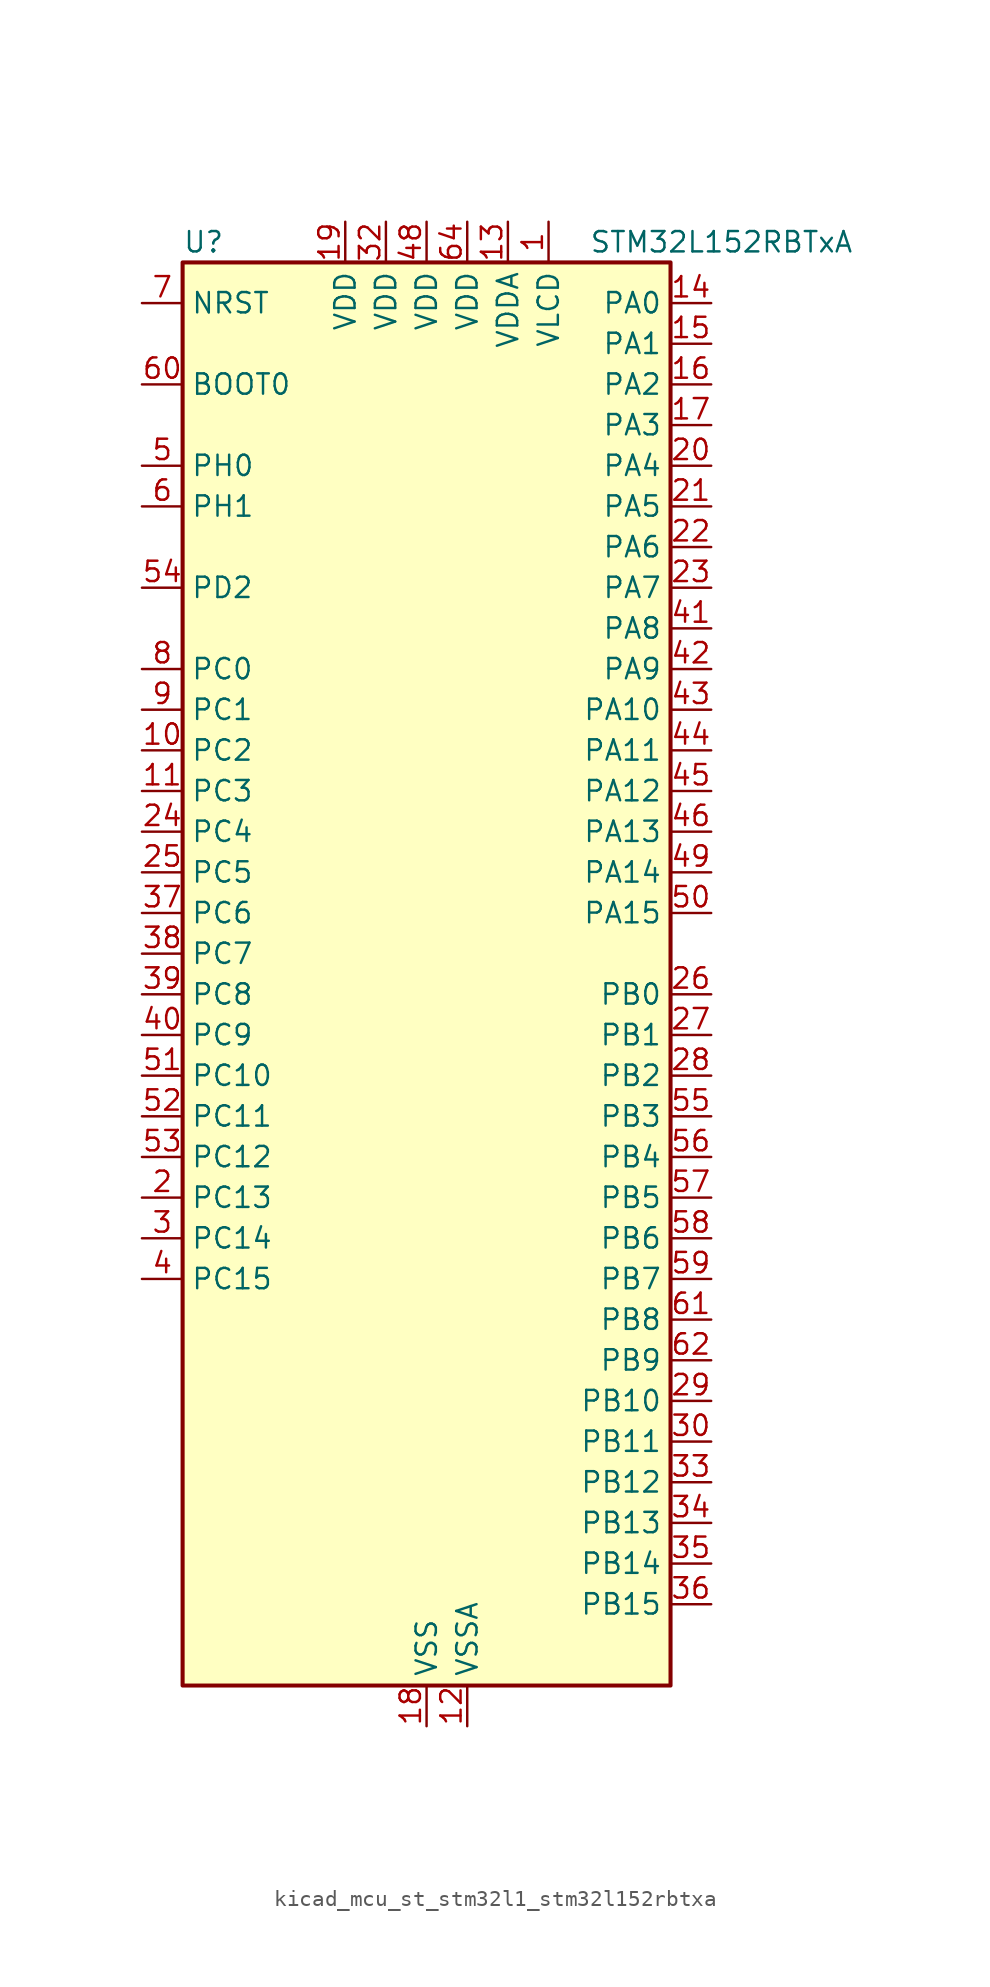
<source format=kicad_sym>
(kicad_symbol_lib
  (version 20220914)
  (generator kicad_symbol_editor)
  (symbol "kicad_mcu_st_stm32l1_stm32l152rbtxa"
    (property "Reference" "U"
      (at -15.24 46.99 0)
      (effects (font (size 1.27 1.27)) (justify left)))
    (property "Value" "STM32L152RBTxA"
      (at 10.16 46.99 0)
      (effects (font (size 1.27 1.27)) (justify left)))
    (property "ki_locked" ""
      (at 0 0 0)
      (effects (font (size 1.27 1.27))))
    (symbol "kicad_mcu_st_stm32l1_stm32l152rbtxa_0_1"
      (rectangle (start -15.24 -43.18) (end 15.24 45.72) (stroke (width 0.254) (type default)) (fill (type background))))
    (symbol "kicad_mcu_st_stm32l1_stm32l152rbtxa_1_1"
      (pin power_in line (at 7.62 48.26 270) (length 2.54) (name "VLCD" (effects (font (size 1.27 1.27)))) (number "1" (effects (font (size 1.27 1.27)))))
      (pin bidirectional line (at -17.78 15.24 0) (length 2.54) (name "PC2" (effects (font (size 1.27 1.27)))) (number "10" (effects (font (size 1.27 1.27)))) (alternate "ADC_IN12" bidirectional line) (alternate "COMP1_INP" bidirectional line) (alternate "LCD_SEG20" bidirectional line) (alternate "TIMX_IC3" bidirectional line) (alternate "TS_G8_IO3" bidirectional line))
      (pin bidirectional line (at -17.78 12.7 0) (length 2.54) (name "PC3" (effects (font (size 1.27 1.27)))) (number "11" (effects (font (size 1.27 1.27)))) (alternate "ADC_IN13" bidirectional line) (alternate "COMP1_INP" bidirectional line) (alternate "LCD_SEG21" bidirectional line) (alternate "TIMX_IC4" bidirectional line) (alternate "TS_G8_IO4" bidirectional line))
      (pin power_in line (at 2.54 -45.72 90) (length 2.54) (name "VSSA" (effects (font (size 1.27 1.27)))) (number "12" (effects (font (size 1.27 1.27)))))
      (pin power_in line (at 5.08 48.26 270) (length 2.54) (name "VDDA" (effects (font (size 1.27 1.27)))) (number "13" (effects (font (size 1.27 1.27)))))
      (pin bidirectional line (at 17.78 43.18 180) (length 2.54) (name "PA0" (effects (font (size 1.27 1.27)))) (number "14" (effects (font (size 1.27 1.27)))) (alternate "ADC_IN0" bidirectional line) (alternate "COMP1_INP" bidirectional line) (alternate "RTC_TAMP2" bidirectional line) (alternate "SYS_WKUP1" bidirectional line) (alternate "TIM2_CH1" bidirectional line) (alternate "TIM2_ETR" bidirectional line) (alternate "TIMX_IC1" bidirectional line) (alternate "TS_G1_IO1" bidirectional line) (alternate "USART2_CTS" bidirectional line))
      (pin bidirectional line (at 17.78 40.64 180) (length 2.54) (name "PA1" (effects (font (size 1.27 1.27)))) (number "15" (effects (font (size 1.27 1.27)))) (alternate "ADC_IN1" bidirectional line) (alternate "COMP1_INP" bidirectional line) (alternate "LCD_SEG0" bidirectional line) (alternate "TIM2_CH2" bidirectional line) (alternate "TIMX_IC2" bidirectional line) (alternate "TS_G1_IO2" bidirectional line) (alternate "USART2_RTS" bidirectional line))
      (pin bidirectional line (at 17.78 38.1 180) (length 2.54) (name "PA2" (effects (font (size 1.27 1.27)))) (number "16" (effects (font (size 1.27 1.27)))) (alternate "ADC_IN2" bidirectional line) (alternate "COMP1_INP" bidirectional line) (alternate "LCD_SEG1" bidirectional line) (alternate "TIM2_CH3" bidirectional line) (alternate "TIM9_CH1" bidirectional line) (alternate "TIMX_IC3" bidirectional line) (alternate "TS_G1_IO3" bidirectional line) (alternate "USART2_TX" bidirectional line))
      (pin bidirectional line (at 17.78 35.56 180) (length 2.54) (name "PA3" (effects (font (size 1.27 1.27)))) (number "17" (effects (font (size 1.27 1.27)))) (alternate "ADC_IN3" bidirectional line) (alternate "COMP1_INP" bidirectional line) (alternate "LCD_SEG2" bidirectional line) (alternate "TIM2_CH4" bidirectional line) (alternate "TIM9_CH2" bidirectional line) (alternate "TIMX_IC4" bidirectional line) (alternate "TS_G1_IO4" bidirectional line) (alternate "USART2_RX" bidirectional line))
      (pin power_in line (at 0 -45.72 90) (length 2.54) (name "VSS" (effects (font (size 1.27 1.27)))) (number "18" (effects (font (size 1.27 1.27)))))
      (pin power_in line (at -5.08 48.26 270) (length 2.54) (name "VDD" (effects (font (size 1.27 1.27)))) (number "19" (effects (font (size 1.27 1.27)))))
      (pin bidirectional line (at -17.78 -12.7 0) (length 2.54) (name "PC13" (effects (font (size 1.27 1.27)))) (number "2" (effects (font (size 1.27 1.27)))) (alternate "RTC_OUT_ALARM" bidirectional line) (alternate "RTC_OUT_CALIB" bidirectional line) (alternate "RTC_TAMP1" bidirectional line) (alternate "RTC_TS" bidirectional line) (alternate "SYS_WKUP2" bidirectional line) (alternate "TIMX_IC2" bidirectional line))
      (pin bidirectional line (at 17.78 33.02 180) (length 2.54) (name "PA4" (effects (font (size 1.27 1.27)))) (number "20" (effects (font (size 1.27 1.27)))) (alternate "ADC_IN4" bidirectional line) (alternate "COMP1_INP" bidirectional line) (alternate "DAC_OUT1" bidirectional line) (alternate "SPI1_NSS" bidirectional line) (alternate "TIMX_IC1" bidirectional line) (alternate "USART2_CK" bidirectional line))
      (pin bidirectional line (at 17.78 30.48 180) (length 2.54) (name "PA5" (effects (font (size 1.27 1.27)))) (number "21" (effects (font (size 1.27 1.27)))) (alternate "ADC_IN5" bidirectional line) (alternate "COMP1_INP" bidirectional line) (alternate "DAC_OUT2" bidirectional line) (alternate "SPI1_SCK" bidirectional line) (alternate "TIM2_CH1" bidirectional line) (alternate "TIM2_ETR" bidirectional line) (alternate "TIMX_IC2" bidirectional line))
      (pin bidirectional line (at 17.78 27.94 180) (length 2.54) (name "PA6" (effects (font (size 1.27 1.27)))) (number "22" (effects (font (size 1.27 1.27)))) (alternate "ADC_IN6" bidirectional line) (alternate "COMP1_INP" bidirectional line) (alternate "LCD_SEG3" bidirectional line) (alternate "SPI1_MISO" bidirectional line) (alternate "TIM10_CH1" bidirectional line) (alternate "TIM3_CH1" bidirectional line) (alternate "TIMX_IC3" bidirectional line) (alternate "TS_G2_IO1" bidirectional line))
      (pin bidirectional line (at 17.78 25.4 180) (length 2.54) (name "PA7" (effects (font (size 1.27 1.27)))) (number "23" (effects (font (size 1.27 1.27)))) (alternate "ADC_IN7" bidirectional line) (alternate "COMP1_INP" bidirectional line) (alternate "LCD_SEG4" bidirectional line) (alternate "SPI1_MOSI" bidirectional line) (alternate "TIM11_CH1" bidirectional line) (alternate "TIM3_CH2" bidirectional line) (alternate "TIMX_IC4" bidirectional line) (alternate "TS_G2_IO2" bidirectional line))
      (pin bidirectional line (at -17.78 10.16 0) (length 2.54) (name "PC4" (effects (font (size 1.27 1.27)))) (number "24" (effects (font (size 1.27 1.27)))) (alternate "ADC_IN14" bidirectional line) (alternate "COMP1_INP" bidirectional line) (alternate "LCD_SEG22" bidirectional line) (alternate "TIMX_IC1" bidirectional line) (alternate "TS_G9_IO1" bidirectional line))
      (pin bidirectional line (at -17.78 7.62 0) (length 2.54) (name "PC5" (effects (font (size 1.27 1.27)))) (number "25" (effects (font (size 1.27 1.27)))) (alternate "ADC_IN15" bidirectional line) (alternate "COMP1_INP" bidirectional line) (alternate "LCD_SEG23" bidirectional line) (alternate "TIMX_IC2" bidirectional line) (alternate "TS_G9_IO2" bidirectional line))
      (pin bidirectional line (at 17.78 0 180) (length 2.54) (name "PB0" (effects (font (size 1.27 1.27)))) (number "26" (effects (font (size 1.27 1.27)))) (alternate "ADC_IN8" bidirectional line) (alternate "COMP1_INP" bidirectional line) (alternate "LCD_SEG5" bidirectional line) (alternate "SYS_V_REF_OUT" bidirectional line) (alternate "TIM3_CH3" bidirectional line) (alternate "TS_G3_IO1" bidirectional line))
      (pin bidirectional line (at 17.78 -2.54 180) (length 2.54) (name "PB1" (effects (font (size 1.27 1.27)))) (number "27" (effects (font (size 1.27 1.27)))) (alternate "ADC_IN9" bidirectional line) (alternate "COMP1_INP" bidirectional line) (alternate "LCD_SEG6" bidirectional line) (alternate "SYS_V_REF_OUT" bidirectional line) (alternate "TIM3_CH4" bidirectional line) (alternate "TS_G3_IO2" bidirectional line))
      (pin bidirectional line (at 17.78 -5.08 180) (length 2.54) (name "PB2" (effects (font (size 1.27 1.27)))) (number "28" (effects (font (size 1.27 1.27)))) (alternate "TS_G3_IO3" bidirectional line))
      (pin bidirectional line (at 17.78 -25.4 180) (length 2.54) (name "PB10" (effects (font (size 1.27 1.27)))) (number "29" (effects (font (size 1.27 1.27)))) (alternate "I2C2_SCL" bidirectional line) (alternate "LCD_SEG10" bidirectional line) (alternate "TIM2_CH3" bidirectional line) (alternate "USART3_TX" bidirectional line))
      (pin bidirectional line (at -17.78 -15.24 0) (length 2.54) (name "PC14" (effects (font (size 1.27 1.27)))) (number "3" (effects (font (size 1.27 1.27)))) (alternate "RCC_OSC32_IN" bidirectional line) (alternate "TIMX_IC3" bidirectional line))
      (pin bidirectional line (at 17.78 -27.94 180) (length 2.54) (name "PB11" (effects (font (size 1.27 1.27)))) (number "30" (effects (font (size 1.27 1.27)))) (alternate "ADC_EXTI11" bidirectional line) (alternate "I2C2_SDA" bidirectional line) (alternate "LCD_SEG11" bidirectional line) (alternate "TIM2_CH4" bidirectional line) (alternate "USART3_RX" bidirectional line))
      (pin passive line (at 0 -45.72 90) (length 2.54) hide (name "VSS" (effects (font (size 1.27 1.27)))) (number "31" (effects (font (size 1.27 1.27)))))
      (pin power_in line (at -2.54 48.26 270) (length 2.54) (name "VDD" (effects (font (size 1.27 1.27)))) (number "32" (effects (font (size 1.27 1.27)))))
      (pin bidirectional line (at 17.78 -30.48 180) (length 2.54) (name "PB12" (effects (font (size 1.27 1.27)))) (number "33" (effects (font (size 1.27 1.27)))) (alternate "ADC_IN18" bidirectional line) (alternate "COMP1_INP" bidirectional line) (alternate "I2C2_SMBA" bidirectional line) (alternate "LCD_SEG12" bidirectional line) (alternate "SPI2_NSS" bidirectional line) (alternate "TIM10_CH1" bidirectional line) (alternate "TS_G7_IO1" bidirectional line) (alternate "USART3_CK" bidirectional line))
      (pin bidirectional line (at 17.78 -33.02 180) (length 2.54) (name "PB13" (effects (font (size 1.27 1.27)))) (number "34" (effects (font (size 1.27 1.27)))) (alternate "ADC_IN19" bidirectional line) (alternate "COMP1_INP" bidirectional line) (alternate "LCD_SEG13" bidirectional line) (alternate "SPI2_SCK" bidirectional line) (alternate "TIM9_CH1" bidirectional line) (alternate "TS_G7_IO2" bidirectional line) (alternate "USART3_CTS" bidirectional line))
      (pin bidirectional line (at 17.78 -35.56 180) (length 2.54) (name "PB14" (effects (font (size 1.27 1.27)))) (number "35" (effects (font (size 1.27 1.27)))) (alternate "ADC_IN20" bidirectional line) (alternate "COMP1_INP" bidirectional line) (alternate "LCD_SEG14" bidirectional line) (alternate "SPI2_MISO" bidirectional line) (alternate "TIM9_CH2" bidirectional line) (alternate "TS_G7_IO3" bidirectional line) (alternate "USART3_RTS" bidirectional line))
      (pin bidirectional line (at 17.78 -38.1 180) (length 2.54) (name "PB15" (effects (font (size 1.27 1.27)))) (number "36" (effects (font (size 1.27 1.27)))) (alternate "ADC_EXTI15" bidirectional line) (alternate "ADC_IN21" bidirectional line) (alternate "COMP1_INP" bidirectional line) (alternate "LCD_SEG15" bidirectional line) (alternate "RTC_REFIN" bidirectional line) (alternate "SPI2_MOSI" bidirectional line) (alternate "TIM11_CH1" bidirectional line) (alternate "TS_G7_IO4" bidirectional line))
      (pin bidirectional line (at -17.78 5.08 0) (length 2.54) (name "PC6" (effects (font (size 1.27 1.27)))) (number "37" (effects (font (size 1.27 1.27)))) (alternate "LCD_SEG24" bidirectional line) (alternate "TIM3_CH1" bidirectional line) (alternate "TIMX_IC3" bidirectional line) (alternate "TS_G10_IO1" bidirectional line))
      (pin bidirectional line (at -17.78 2.54 0) (length 2.54) (name "PC7" (effects (font (size 1.27 1.27)))) (number "38" (effects (font (size 1.27 1.27)))) (alternate "LCD_SEG25" bidirectional line) (alternate "TIM3_CH2" bidirectional line) (alternate "TIMX_IC4" bidirectional line) (alternate "TS_G10_IO2" bidirectional line))
      (pin bidirectional line (at -17.78 0 0) (length 2.54) (name "PC8" (effects (font (size 1.27 1.27)))) (number "39" (effects (font (size 1.27 1.27)))) (alternate "LCD_SEG26" bidirectional line) (alternate "TIM3_CH3" bidirectional line) (alternate "TIMX_IC1" bidirectional line) (alternate "TS_G10_IO3" bidirectional line))
      (pin bidirectional line (at -17.78 -17.78 0) (length 2.54) (name "PC15" (effects (font (size 1.27 1.27)))) (number "4" (effects (font (size 1.27 1.27)))) (alternate "ADC_EXTI15" bidirectional line) (alternate "RCC_OSC32_OUT" bidirectional line) (alternate "TIMX_IC4" bidirectional line))
      (pin bidirectional line (at -17.78 -2.54 0) (length 2.54) (name "PC9" (effects (font (size 1.27 1.27)))) (number "40" (effects (font (size 1.27 1.27)))) (alternate "DAC_EXTI9" bidirectional line) (alternate "LCD_SEG27" bidirectional line) (alternate "TIM3_CH4" bidirectional line) (alternate "TIMX_IC2" bidirectional line) (alternate "TS_G10_IO4" bidirectional line))
      (pin bidirectional line (at 17.78 22.86 180) (length 2.54) (name "PA8" (effects (font (size 1.27 1.27)))) (number "41" (effects (font (size 1.27 1.27)))) (alternate "LCD_COM0" bidirectional line) (alternate "RCC_MCO" bidirectional line) (alternate "TIMX_IC1" bidirectional line) (alternate "TS_G4_IO1" bidirectional line) (alternate "USART1_CK" bidirectional line))
      (pin bidirectional line (at 17.78 20.32 180) (length 2.54) (name "PA9" (effects (font (size 1.27 1.27)))) (number "42" (effects (font (size 1.27 1.27)))) (alternate "DAC_EXTI9" bidirectional line) (alternate "LCD_COM1" bidirectional line) (alternate "TIMX_IC2" bidirectional line) (alternate "TS_G4_IO2" bidirectional line) (alternate "USART1_TX" bidirectional line))
      (pin bidirectional line (at 17.78 17.78 180) (length 2.54) (name "PA10" (effects (font (size 1.27 1.27)))) (number "43" (effects (font (size 1.27 1.27)))) (alternate "LCD_COM2" bidirectional line) (alternate "TIMX_IC3" bidirectional line) (alternate "TS_G4_IO3" bidirectional line) (alternate "USART1_RX" bidirectional line))
      (pin bidirectional line (at 17.78 15.24 180) (length 2.54) (name "PA11" (effects (font (size 1.27 1.27)))) (number "44" (effects (font (size 1.27 1.27)))) (alternate "ADC_EXTI11" bidirectional line) (alternate "SPI1_MISO" bidirectional line) (alternate "TIMX_IC4" bidirectional line) (alternate "USART1_CTS" bidirectional line) (alternate "USB_DM" bidirectional line))
      (pin bidirectional line (at 17.78 12.7 180) (length 2.54) (name "PA12" (effects (font (size 1.27 1.27)))) (number "45" (effects (font (size 1.27 1.27)))) (alternate "SPI1_MOSI" bidirectional line) (alternate "TIMX_IC1" bidirectional line) (alternate "USART1_RTS" bidirectional line) (alternate "USB_DP" bidirectional line))
      (pin bidirectional line (at 17.78 10.16 180) (length 2.54) (name "PA13" (effects (font (size 1.27 1.27)))) (number "46" (effects (font (size 1.27 1.27)))) (alternate "SYS_JTMS-SWDIO" bidirectional line) (alternate "TIMX_IC2" bidirectional line) (alternate "TS_G5_IO1" bidirectional line))
      (pin passive line (at 0 -45.72 90) (length 2.54) hide (name "VSS" (effects (font (size 1.27 1.27)))) (number "47" (effects (font (size 1.27 1.27)))))
      (pin power_in line (at 0 48.26 270) (length 2.54) (name "VDD" (effects (font (size 1.27 1.27)))) (number "48" (effects (font (size 1.27 1.27)))))
      (pin bidirectional line (at 17.78 7.62 180) (length 2.54) (name "PA14" (effects (font (size 1.27 1.27)))) (number "49" (effects (font (size 1.27 1.27)))) (alternate "SYS_JTCK-SWCLK" bidirectional line) (alternate "TIMX_IC3" bidirectional line) (alternate "TS_G5_IO2" bidirectional line))
      (pin bidirectional line (at -17.78 33.02 0) (length 2.54) (name "PH0" (effects (font (size 1.27 1.27)))) (number "5" (effects (font (size 1.27 1.27)))) (alternate "RCC_OSC_IN" bidirectional line))
      (pin bidirectional line (at 17.78 5.08 180) (length 2.54) (name "PA15" (effects (font (size 1.27 1.27)))) (number "50" (effects (font (size 1.27 1.27)))) (alternate "ADC_EXTI15" bidirectional line) (alternate "LCD_SEG17" bidirectional line) (alternate "SPI1_NSS" bidirectional line) (alternate "SYS_JTDI" bidirectional line) (alternate "TIM2_CH1" bidirectional line) (alternate "TIM2_ETR" bidirectional line) (alternate "TIMX_IC4" bidirectional line) (alternate "TS_G5_IO3" bidirectional line))
      (pin bidirectional line (at -17.78 -5.08 0) (length 2.54) (name "PC10" (effects (font (size 1.27 1.27)))) (number "51" (effects (font (size 1.27 1.27)))) (alternate "LCD_COM4" bidirectional line) (alternate "LCD_SEG28" bidirectional line) (alternate "LCD_SEG40" bidirectional line) (alternate "TIMX_IC3" bidirectional line) (alternate "USART3_TX" bidirectional line))
      (pin bidirectional line (at -17.78 -7.62 0) (length 2.54) (name "PC11" (effects (font (size 1.27 1.27)))) (number "52" (effects (font (size 1.27 1.27)))) (alternate "ADC_EXTI11" bidirectional line) (alternate "LCD_COM5" bidirectional line) (alternate "LCD_SEG29" bidirectional line) (alternate "LCD_SEG41" bidirectional line) (alternate "TIMX_IC4" bidirectional line) (alternate "USART3_RX" bidirectional line))
      (pin bidirectional line (at -17.78 -10.16 0) (length 2.54) (name "PC12" (effects (font (size 1.27 1.27)))) (number "53" (effects (font (size 1.27 1.27)))) (alternate "LCD_COM6" bidirectional line) (alternate "LCD_SEG30" bidirectional line) (alternate "LCD_SEG42" bidirectional line) (alternate "TIMX_IC1" bidirectional line) (alternate "USART3_CK" bidirectional line))
      (pin bidirectional line (at -17.78 25.4 0) (length 2.54) (name "PD2" (effects (font (size 1.27 1.27)))) (number "54" (effects (font (size 1.27 1.27)))) (alternate "LCD_COM7" bidirectional line) (alternate "LCD_SEG31" bidirectional line) (alternate "LCD_SEG43" bidirectional line) (alternate "TIM3_ETR" bidirectional line) (alternate "TIMX_IC3" bidirectional line))
      (pin bidirectional line (at 17.78 -7.62 180) (length 2.54) (name "PB3" (effects (font (size 1.27 1.27)))) (number "55" (effects (font (size 1.27 1.27)))) (alternate "COMP2_INM" bidirectional line) (alternate "LCD_SEG7" bidirectional line) (alternate "SPI1_SCK" bidirectional line) (alternate "SYS_JTDO-TRACESWO" bidirectional line) (alternate "TIM2_CH2" bidirectional line))
      (pin bidirectional line (at 17.78 -10.16 180) (length 2.54) (name "PB4" (effects (font (size 1.27 1.27)))) (number "56" (effects (font (size 1.27 1.27)))) (alternate "COMP2_INP" bidirectional line) (alternate "LCD_SEG8" bidirectional line) (alternate "SPI1_MISO" bidirectional line) (alternate "SYS_JTRST" bidirectional line) (alternate "TIM3_CH1" bidirectional line) (alternate "TS_G6_IO1" bidirectional line))
      (pin bidirectional line (at 17.78 -12.7 180) (length 2.54) (name "PB5" (effects (font (size 1.27 1.27)))) (number "57" (effects (font (size 1.27 1.27)))) (alternate "COMP2_INP" bidirectional line) (alternate "I2C1_SMBA" bidirectional line) (alternate "LCD_SEG9" bidirectional line) (alternate "SPI1_MOSI" bidirectional line) (alternate "TIM3_CH2" bidirectional line) (alternate "TS_G6_IO2" bidirectional line))
      (pin bidirectional line (at 17.78 -15.24 180) (length 2.54) (name "PB6" (effects (font (size 1.27 1.27)))) (number "58" (effects (font (size 1.27 1.27)))) (alternate "I2C1_SCL" bidirectional line) (alternate "TIM4_CH1" bidirectional line) (alternate "TS_G6_IO3" bidirectional line) (alternate "USART1_TX" bidirectional line))
      (pin bidirectional line (at 17.78 -17.78 180) (length 2.54) (name "PB7" (effects (font (size 1.27 1.27)))) (number "59" (effects (font (size 1.27 1.27)))) (alternate "I2C1_SDA" bidirectional line) (alternate "SYS_PVD_IN" bidirectional line) (alternate "TIM4_CH2" bidirectional line) (alternate "TS_G6_IO4" bidirectional line) (alternate "USART1_RX" bidirectional line))
      (pin bidirectional line (at -17.78 30.48 0) (length 2.54) (name "PH1" (effects (font (size 1.27 1.27)))) (number "6" (effects (font (size 1.27 1.27)))) (alternate "RCC_OSC_OUT" bidirectional line))
      (pin input line (at -17.78 38.1 0) (length 2.54) (name "BOOT0" (effects (font (size 1.27 1.27)))) (number "60" (effects (font (size 1.27 1.27)))))
      (pin bidirectional line (at 17.78 -20.32 180) (length 2.54) (name "PB8" (effects (font (size 1.27 1.27)))) (number "61" (effects (font (size 1.27 1.27)))) (alternate "I2C1_SCL" bidirectional line) (alternate "LCD_SEG16" bidirectional line) (alternate "TIM10_CH1" bidirectional line) (alternate "TIM4_CH3" bidirectional line))
      (pin bidirectional line (at 17.78 -22.86 180) (length 2.54) (name "PB9" (effects (font (size 1.27 1.27)))) (number "62" (effects (font (size 1.27 1.27)))) (alternate "DAC_EXTI9" bidirectional line) (alternate "I2C1_SDA" bidirectional line) (alternate "LCD_COM3" bidirectional line) (alternate "TIM11_CH1" bidirectional line) (alternate "TIM4_CH4" bidirectional line))
      (pin passive line (at 0 -45.72 90) (length 2.54) hide (name "VSS" (effects (font (size 1.27 1.27)))) (number "63" (effects (font (size 1.27 1.27)))))
      (pin power_in line (at 2.54 48.26 270) (length 2.54) (name "VDD" (effects (font (size 1.27 1.27)))) (number "64" (effects (font (size 1.27 1.27)))))
      (pin input line (at -17.78 43.18 0) (length 2.54) (name "NRST" (effects (font (size 1.27 1.27)))) (number "7" (effects (font (size 1.27 1.27)))))
      (pin bidirectional line (at -17.78 20.32 0) (length 2.54) (name "PC0" (effects (font (size 1.27 1.27)))) (number "8" (effects (font (size 1.27 1.27)))) (alternate "ADC_IN10" bidirectional line) (alternate "COMP1_INP" bidirectional line) (alternate "LCD_SEG18" bidirectional line) (alternate "TIMX_IC1" bidirectional line) (alternate "TS_G8_IO1" bidirectional line))
      (pin bidirectional line (at -17.78 17.78 0) (length 2.54) (name "PC1" (effects (font (size 1.27 1.27)))) (number "9" (effects (font (size 1.27 1.27)))) (alternate "ADC_IN11" bidirectional line) (alternate "COMP1_INP" bidirectional line) (alternate "LCD_SEG19" bidirectional line) (alternate "TIMX_IC2" bidirectional line) (alternate "TS_G8_IO2" bidirectional line)))))
</source>
